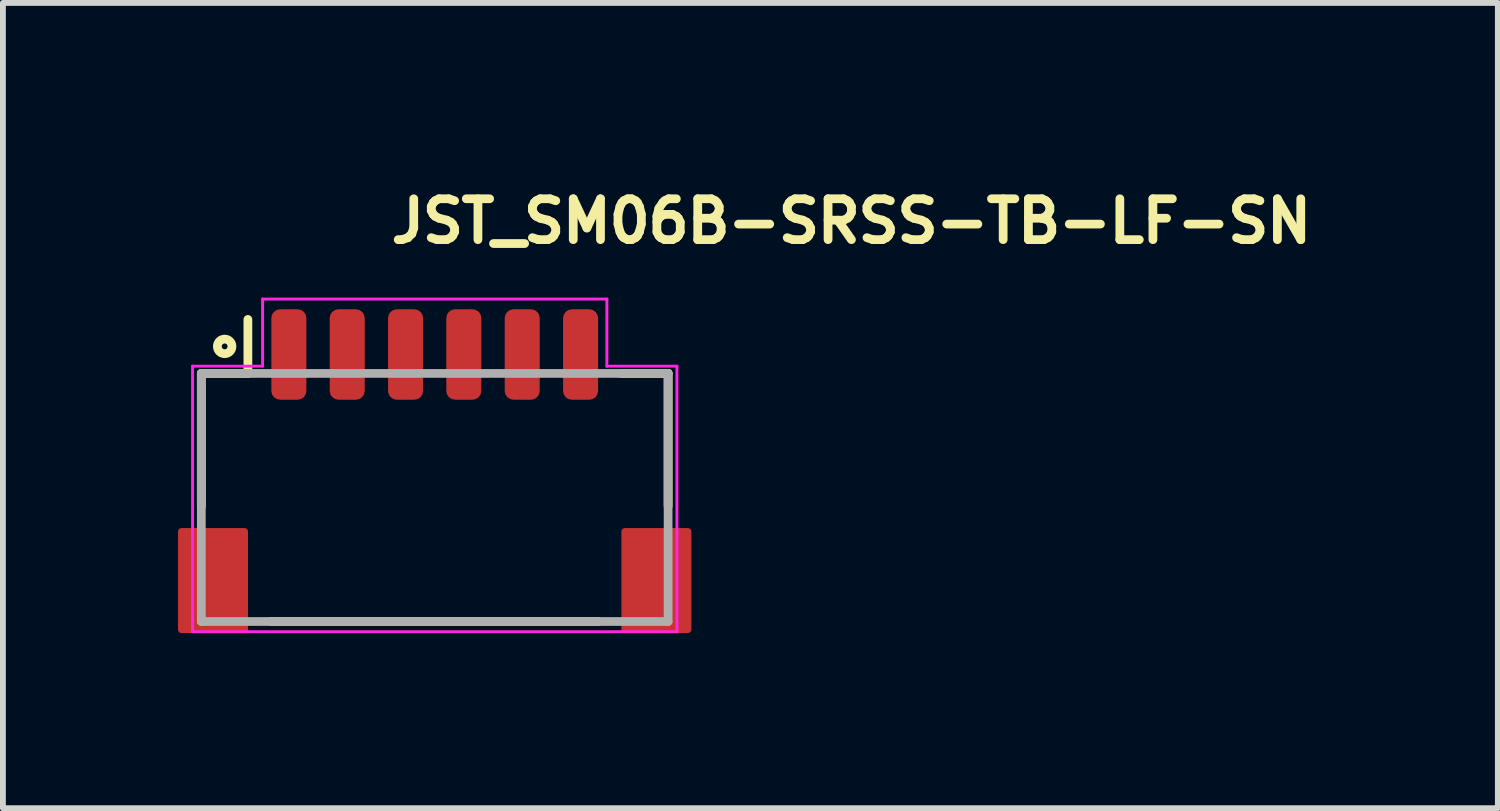
<source format=kicad_pcb>
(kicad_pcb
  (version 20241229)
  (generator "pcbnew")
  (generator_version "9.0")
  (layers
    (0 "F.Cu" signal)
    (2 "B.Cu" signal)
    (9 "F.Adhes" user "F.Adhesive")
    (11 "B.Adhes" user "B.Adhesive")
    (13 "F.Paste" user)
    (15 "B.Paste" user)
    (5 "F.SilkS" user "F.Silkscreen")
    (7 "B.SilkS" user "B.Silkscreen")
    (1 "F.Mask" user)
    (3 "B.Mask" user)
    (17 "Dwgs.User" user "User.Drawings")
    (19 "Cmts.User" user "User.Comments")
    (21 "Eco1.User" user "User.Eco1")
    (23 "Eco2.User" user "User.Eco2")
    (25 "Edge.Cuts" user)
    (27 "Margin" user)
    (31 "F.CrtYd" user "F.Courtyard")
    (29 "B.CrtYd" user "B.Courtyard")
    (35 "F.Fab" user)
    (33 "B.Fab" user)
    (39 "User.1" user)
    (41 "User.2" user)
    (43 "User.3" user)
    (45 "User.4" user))
  (footprint "JST_SM06B-SRSS-TB-LF-SN"
    (layer "F.Cu")
    (at 4.4 5.025)
    (property "Reference" "JST_SM06B-SRSS-TB-LF-SN" (at -0.825 -3.875 0) (layer "F.SilkS") (effects (font (size 0.7 0.7) (thickness 0.15)) (justify left bottom)))
    (attr smd)
    (fp_line (start -4 -1.676) (end -4 0.598) (stroke (width 0.15) (type solid)) (layer "F.SilkS"))
    (fp_line (start -3.202 -1.676) (end -4 -1.676) (stroke (width 0.15) (type solid)) (layer "F.SilkS"))
    (fp_line (start -3.202 -1.676) (end -3.202 -2.601) (stroke (width 0.15) (type solid)) (layer "F.SilkS"))
    (fp_line (start -2.8 2.575) (end 2.798 2.575) (stroke (width 0.15) (type solid)) (layer "F.SilkS"))
    (fp_line (start 3.2 -1.676) (end 3.999 -1.676) (stroke (width 0.15) (type solid)) (layer "F.SilkS"))
    (fp_line (start 3.999 -1.676) (end 3.999 0.598) (stroke (width 0.15) (type solid)) (layer "F.SilkS"))
    (fp_circle (center -3.6 -2.139) (end -3.55 -2.139) (stroke (width 0.15) (type solid)) (fill no) (layer "F.SilkS"))
    (fp_line (start -4.15 -1.8) (end -2.95 -1.8) (stroke (width 0.05) (type solid)) (layer "F.CrtYd"))
    (fp_line (start -4.15 2.75) (end -4.15 -1.8) (stroke (width 0.05) (type solid)) (layer "F.CrtYd"))
    (fp_line (start -2.95 -2.95) (end 2.95 -2.95) (stroke (width 0.05) (type solid)) (layer "F.CrtYd"))
    (fp_line (start -2.95 -1.8) (end -2.95 -2.95) (stroke (width 0.05) (type solid)) (layer "F.CrtYd"))
    (fp_line (start 2.95 -1.8) (end 2.95 -2.95) (stroke (width 0.05) (type solid)) (layer "F.CrtYd"))
    (fp_line (start 2.95 -1.8) (end 4.15 -1.8) (stroke (width 0.05) (type solid)) (layer "F.CrtYd"))
    (fp_line (start 4.15 -1.8) (end 4.15 2.75) (stroke (width 0.05) (type solid)) (layer "F.CrtYd"))
    (fp_line (start 4.15 2.75) (end -4.15 2.75) (stroke (width 0.05) (type solid)) (layer "F.CrtYd"))
    (fp_line (start -4 -1.676) (end 3.999 -1.676) (stroke (width 0.15) (type solid)) (layer "F.Fab"))
    (fp_line (start -4 2.575) (end -4 -1.676) (stroke (width 0.15) (type solid)) (layer "F.Fab"))
    (fp_line (start 3.999 -1.676) (end 3.999 2.575) (stroke (width 0.15) (type solid)) (layer "F.Fab"))
    (fp_line (start 3.999 2.575) (end -4 2.575) (stroke (width 0.15) (type solid)) (layer "F.Fab"))
    (fp_line (start -4 -1.65) (end -4 -1.05) (stroke (width 0.01) (type solid)) (layer "User.9"))
    (fp_line (start -4 -1.05) (end -4 -1) (stroke (width 0.01) (type solid)) (layer "User.9"))
    (fp_line (start -4 -1) (end -4 -0.4) (stroke (width 0.01) (type solid)) (layer "User.9"))
    (fp_line (start -4 -0.2) (end -4 -0.4) (stroke (width 0.01) (type solid)) (layer "User.9"))
    (fp_line (start -4 -0.2) (end -3.9 -0.15) (stroke (width 0.01) (type solid)) (layer "User.9"))
    (fp_line (start -4 2.6) (end -4 -0.2) (stroke (width 0.01) (type solid)) (layer "User.9"))
    (fp_line (start -3.9 -0.15) (end -3.9 2.6) (stroke (width 0.01) (type solid)) (layer "User.9"))
    (fp_line (start -3.9 2.6) (end -4 2.6) (stroke (width 0.01) (type solid)) (layer "User.9"))
    (fp_line (start -3.7 -1.05) (end -4 -1.05) (stroke (width 0.01) (type solid)) (layer "User.9"))
    (fp_line (start -3.7 -1) (end -4 -1) (stroke (width 0.01) (type solid)) (layer "User.9"))
    (fp_line (start -3.7 -1) (end -3.7 -1.05) (stroke (width 0.01) (type solid)) (layer "User.9"))
    (fp_line (start -3.7 -0.4) (end -4 -0.4) (stroke (width 0.01) (type solid)) (layer "User.9"))
    (fp_line (start -3.7 -0.4) (end -3.7 -1) (stroke (width 0.01) (type solid)) (layer "User.9"))
    (fp_line (start -3.7 -0.4) (end -3.7 -0.15) (stroke (width 0.01) (type solid)) (layer "User.9"))
    (fp_line (start -3.7 -0.15) (end -3.9 -0.15) (stroke (width 0.01) (type solid)) (layer "User.9"))
    (fp_line (start -3.5 -1.65) (end -4 -1.65) (stroke (width 0.01) (type solid)) (layer "User.9"))
    (fp_line (start -3.5 -1.65) (end -3.5 -1.05) (stroke (width 0.01) (type solid)) (layer "User.9"))
    (fp_line (start -3.5 -1.65) (end -2.725 -1.65) (stroke (width 0.01) (type solid)) (layer "User.9"))
    (fp_line (start -3.5 -1.05) (end -3.45 -1.05) (stroke (width 0.01) (type solid)) (layer "User.9"))
    (fp_line (start -3.5 -0.15) (end -3.5 -1.05) (stroke (width 0.01) (type solid)) (layer "User.9"))
    (fp_line (start -3.45 -1.05) (end -3.45 -0.15) (stroke (width 0.01) (type solid)) (layer "User.9"))
    (fp_line (start -3.45 -0.15) (end -3.7 -0.15) (stroke (width 0.01) (type solid)) (layer "User.9"))
    (fp_line (start -2.575 -2.35) (end -2.575 -2.3) (stroke (width 0.01) (type solid)) (layer "User.9"))
    (fp_line (start -2.575 -2.35) (end -2.425 -2.35) (stroke (width 0.01) (type solid)) (layer "User.9"))
    (fp_line (start -2.575 -2.3) (end -2.575 -1.874) (stroke (width 0.01) (type solid)) (layer "User.9"))
    (fp_line (start -2.575 -1.874) (end -2.575 -1.5) (stroke (width 0.01) (type solid)) (layer "User.9"))
    (fp_line (start -2.575 -1.874) (end -2.425 -1.874) (stroke (width 0.01) (type solid)) (layer "User.9"))
    (fp_line (start -2.575 -1.5) (end -2.725 -1.65) (stroke (width 0.01) (type solid)) (layer "User.9"))
    (fp_line (start -2.575 -1.5) (end -2.575 -1.05) (stroke (width 0.01) (type solid)) (layer "User.9"))
    (fp_line (start -2.575 -1.05) (end -2.575 -1.5) (stroke (width 0.01) (type solid)) (layer "User.9"))
    (fp_line (start -2.425 -2.35) (end -2.425 -2.3) (stroke (width 0.01) (type solid)) (layer "User.9"))
    (fp_line (start -2.425 -2.3) (end -2.425 -1.874) (stroke (width 0.01) (type solid)) (layer "User.9"))
    (fp_line (start -2.425 -1.874) (end -2.425 -1.5) (stroke (width 0.01) (type solid)) (layer "User.9"))
    (fp_line (start -2.425 -1.5) (end -2.575 -1.5) (stroke (width 0.01) (type solid)) (layer "User.9"))
    (fp_line (start -2.425 -1.5) (end -2.425 -1.05) (stroke (width 0.01) (type solid)) (layer "User.9"))
    (fp_line (start -2.425 -1.05) (end -2.425 -1.5) (stroke (width 0.01) (type solid)) (layer "User.9"))
    (fp_line (start -2.275 -1.65) (end -2.425 -1.5) (stroke (width 0.01) (type solid)) (layer "User.9"))
    (fp_line (start -2.275 -1.65) (end -1.725 -1.65) (stroke (width 0.01) (type solid)) (layer "User.9"))
    (fp_line (start -1.575 -2.35) (end -1.575 -2.3) (stroke (width 0.01) (type solid)) (layer "User.9"))
    (fp_line (start -1.575 -2.35) (end -1.425 -2.35) (stroke (width 0.01) (type solid)) (layer "User.9"))
    (fp_line (start -1.575 -2.3) (end -1.575 -1.874) (stroke (width 0.01) (type solid)) (layer "User.9"))
    (fp_line (start -1.575 -1.874) (end -1.575 -1.5) (stroke (width 0.01) (type solid)) (layer "User.9"))
    (fp_line (start -1.575 -1.874) (end -1.425 -1.874) (stroke (width 0.01) (type solid)) (layer "User.9"))
    (fp_line (start -1.575 -1.5) (end -1.725 -1.65) (stroke (width 0.01) (type solid)) (layer "User.9"))
    (fp_line (start -1.575 -1.5) (end -1.575 -1.05) (stroke (width 0.01) (type solid)) (layer "User.9"))
    (fp_line (start -1.575 -1.05) (end -1.575 -1.5) (stroke (width 0.01) (type solid)) (layer "User.9"))
    (fp_line (start -1.425 -2.35) (end -1.425 -2.3) (stroke (width 0.01) (type solid)) (layer "User.9"))
    (fp_line (start -1.425 -2.3) (end -1.425 -1.874) (stroke (width 0.01) (type solid)) (layer "User.9"))
    (fp_line (start -1.425 -1.874) (end -1.425 -1.5) (stroke (width 0.01) (type solid)) (layer "User.9"))
    (fp_line (start -1.425 -1.5) (end -1.575 -1.5) (stroke (width 0.01) (type solid)) (layer "User.9"))
    (fp_line (start -1.425 -1.5) (end -1.425 -1.05) (stroke (width 0.01) (type solid)) (layer "User.9"))
    (fp_line (start -1.425 -1.05) (end -1.425 -1.5) (stroke (width 0.01) (type solid)) (layer "User.9"))
    (fp_line (start -1.275 -1.65) (end -1.425 -1.5) (stroke (width 0.01) (type solid)) (layer "User.9"))
    (fp_line (start -1.275 -1.65) (end -0.725 -1.65) (stroke (width 0.01) (type solid)) (layer "User.9"))
    (fp_line (start -0.725 -1.65) (end -0.575 -1.5) (stroke (width 0.01) (type solid)) (layer "User.9"))
    (fp_line (start -0.575 -2.35) (end -0.575 -2.3) (stroke (width 0.01) (type solid)) (layer "User.9"))
    (fp_line (start -0.575 -2.35) (end -0.425 -2.35) (stroke (width 0.01) (type solid)) (layer "User.9"))
    (fp_line (start -0.575 -2.3) (end -0.575 -1.874) (stroke (width 0.01) (type solid)) (layer "User.9"))
    (fp_line (start -0.575 -1.874) (end -0.575 -1.5) (stroke (width 0.01) (type solid)) (layer "User.9"))
    (fp_line (start -0.575 -1.874) (end -0.425 -1.874) (stroke (width 0.01) (type solid)) (layer "User.9"))
    (fp_line (start -0.575 -1.5) (end -0.575 -1.05) (stroke (width 0.01) (type solid)) (layer "User.9"))
    (fp_line (start -0.575 -1.5) (end -0.575 -1.05) (stroke (width 0.01) (type solid)) (layer "User.9"))
    (fp_line (start -0.425 -2.35) (end -0.425 -2.3) (stroke (width 0.01) (type solid)) (layer "User.9"))
    (fp_line (start -0.425 -2.3) (end -0.425 -1.874) (stroke (width 0.01) (type solid)) (layer "User.9"))
    (fp_line (start -0.425 -1.874) (end -0.425 -1.5) (stroke (width 0.01) (type solid)) (layer "User.9"))
    (fp_line (start -0.425 -1.5) (end -0.575 -1.5) (stroke (width 0.01) (type solid)) (layer "User.9"))
    (fp_line (start -0.425 -1.5) (end -0.275 -1.65) (stroke (width 0.01) (type solid)) (layer "User.9"))
    (fp_line (start -0.425 -1.05) (end -0.425 -1.5) (stroke (width 0.01) (type solid)) (layer "User.9"))
    (fp_line (start -0.425 -1.05) (end -0.425 -1.5) (stroke (width 0.01) (type solid)) (layer "User.9"))
    (fp_line (start -0.275 -1.65) (end 0.275 -1.65) (stroke (width 0.01) (type solid)) (layer "User.9"))
    (fp_line (start 0.275 -1.65) (end 0.425 -1.5) (stroke (width 0.01) (type solid)) (layer "User.9"))
    (fp_line (start 0.425 -2.35) (end 0.425 -2.3) (stroke (width 0.01) (type solid)) (layer "User.9"))
    (fp_line (start 0.425 -2.35) (end 0.575 -2.35) (stroke (width 0.01) (type solid)) (layer "User.9"))
    (fp_line (start 0.425 -2.3) (end 0.425 -1.874) (stroke (width 0.01) (type solid)) (layer "User.9"))
    (fp_line (start 0.425 -1.874) (end 0.425 -1.5) (stroke (width 0.01) (type solid)) (layer "User.9"))
    (fp_line (start 0.425 -1.874) (end 0.575 -1.874) (stroke (width 0.01) (type solid)) (layer "User.9"))
    (fp_line (start 0.425 -1.5) (end 0.425 -1.05) (stroke (width 0.01) (type solid)) (layer "User.9"))
    (fp_line (start 0.425 -1.5) (end 0.425 -1.05) (stroke (width 0.01) (type solid)) (layer "User.9"))
    (fp_line (start 0.575 -2.35) (end 0.575 -2.3) (stroke (width 0.01) (type solid)) (layer "User.9"))
    (fp_line (start 0.575 -2.3) (end 0.575 -1.874) (stroke (width 0.01) (type solid)) (layer "User.9"))
    (fp_line (start 0.575 -1.874) (end 0.575 -1.5) (stroke (width 0.01) (type solid)) (layer "User.9"))
    (fp_line (start 0.575 -1.5) (end 0.425 -1.5) (stroke (width 0.01) (type solid)) (layer "User.9"))
    (fp_line (start 0.575 -1.5) (end 0.725 -1.65) (stroke (width 0.01) (type solid)) (layer "User.9"))
    (fp_line (start 0.575 -1.05) (end 0.575 -1.5) (stroke (width 0.01) (type solid)) (layer "User.9"))
    (fp_line (start 0.575 -1.05) (end 0.575 -1.5) (stroke (width 0.01) (type solid)) (layer "User.9"))
    (fp_line (start 0.725 -1.65) (end 1.275 -1.65) (stroke (width 0.01) (type solid)) (layer "User.9"))
    (fp_line (start 1.425 -2.35) (end 1.425 -2.3) (stroke (width 0.01) (type solid)) (layer "User.9"))
    (fp_line (start 1.425 -2.35) (end 1.575 -2.35) (stroke (width 0.01) (type solid)) (layer "User.9"))
    (fp_line (start 1.425 -2.3) (end 1.425 -1.874) (stroke (width 0.01) (type solid)) (layer "User.9"))
    (fp_line (start 1.425 -1.874) (end 1.425 -1.5) (stroke (width 0.01) (type solid)) (layer "User.9"))
    (fp_line (start 1.425 -1.874) (end 1.575 -1.874) (stroke (width 0.01) (type solid)) (layer "User.9"))
    (fp_line (start 1.425 -1.5) (end 1.275 -1.65) (stroke (width 0.01) (type solid)) (layer "User.9"))
    (fp_line (start 1.425 -1.5) (end 1.425 -1.05) (stroke (width 0.01) (type solid)) (layer "User.9"))
    (fp_line (start 1.425 -1.05) (end 1.425 -1.5) (stroke (width 0.01) (type solid)) (layer "User.9"))
    (fp_line (start 1.575 -2.35) (end 1.575 -2.3) (stroke (width 0.01) (type solid)) (layer "User.9"))
    (fp_line (start 1.575 -2.3) (end 1.575 -1.874) (stroke (width 0.01) (type solid)) (layer "User.9"))
    (fp_line (start 1.575 -1.874) (end 1.575 -1.5) (stroke (width 0.01) (type solid)) (layer "User.9"))
    (fp_line (start 1.575 -1.5) (end 1.425 -1.5) (stroke (width 0.01) (type solid)) (layer "User.9"))
    (fp_line (start 1.575 -1.5) (end 1.575 -1.05) (stroke (width 0.01) (type solid)) (layer "User.9"))
    (fp_line (start 1.575 -1.05) (end 1.575 -1.5) (stroke (width 0.01) (type solid)) (layer "User.9"))
    (fp_line (start 1.725 -1.65) (end 1.575 -1.5) (stroke (width 0.01) (type solid)) (layer "User.9"))
    (fp_line (start 1.725 -1.65) (end 2.275 -1.65) (stroke (width 0.01) (type solid)) (layer "User.9"))
    (fp_line (start 2.425 -2.35) (end 2.425 -2.3) (stroke (width 0.01) (type solid)) (layer "User.9"))
    (fp_line (start 2.425 -2.35) (end 2.575 -2.35) (stroke (width 0.01) (type solid)) (layer "User.9"))
    (fp_line (start 2.425 -2.3) (end 2.425 -1.874) (stroke (width 0.01) (type solid)) (layer "User.9"))
    (fp_line (start 2.425 -1.874) (end 2.425 -1.5) (stroke (width 0.01) (type solid)) (layer "User.9"))
    (fp_line (start 2.425 -1.874) (end 2.575 -1.874) (stroke (width 0.01) (type solid)) (layer "User.9"))
    (fp_line (start 2.425 -1.5) (end 2.275 -1.65) (stroke (width 0.01) (type solid)) (layer "User.9"))
    (fp_line (start 2.425 -1.5) (end 2.425 -1.05) (stroke (width 0.01) (type solid)) (layer "User.9"))
    (fp_line (start 2.425 -1.05) (end 2.425 -1.5) (stroke (width 0.01) (type solid)) (layer "User.9"))
    (fp_line (start 2.575 -2.35) (end 2.575 -2.3) (stroke (width 0.01) (type solid)) (layer "User.9"))
    (fp_line (start 2.575 -2.3) (end 2.575 -1.874) (stroke (width 0.01) (type solid)) (layer "User.9"))
    (fp_line (start 2.575 -1.874) (end 2.575 -1.5) (stroke (width 0.01) (type solid)) (layer "User.9"))
    (fp_line (start 2.575 -1.5) (end 2.425 -1.5) (stroke (width 0.01) (type solid)) (layer "User.9"))
    (fp_line (start 2.575 -1.5) (end 2.575 -1.05) (stroke (width 0.01) (type solid)) (layer "User.9"))
    (fp_line (start 2.575 -1.05) (end 2.575 -1.5) (stroke (width 0.01) (type solid)) (layer "User.9"))
    (fp_line (start 2.725 -1.65) (end 2.575 -1.5) (stroke (width 0.01) (type solid)) (layer "User.9"))
    (fp_line (start 2.725 -1.65) (end 3.5 -1.65) (stroke (width 0.01) (type solid)) (layer "User.9"))
    (fp_line (start 3.45 -1.05) (end -3.45 -1.05) (stroke (width 0.01) (type solid)) (layer "User.9"))
    (fp_line (start 3.45 -1.05) (end 3.5 -1.05) (stroke (width 0.01) (type solid)) (layer "User.9"))
    (fp_line (start 3.45 -0.15) (end 3.45 -1.05) (stroke (width 0.01) (type solid)) (layer "User.9"))
    (fp_line (start 3.45 -0.15) (end 3.7 -0.15) (stroke (width 0.01) (type solid)) (layer "User.9"))
    (fp_line (start 3.5 -1.65) (end 4 -1.65) (stroke (width 0.01) (type solid)) (layer "User.9"))
    (fp_line (start 3.5 -1.05) (end 3.5 -1.65) (stroke (width 0.01) (type solid)) (layer "User.9"))
    (fp_line (start 3.5 -1.05) (end 3.5 -0.15) (stroke (width 0.01) (type solid)) (layer "User.9"))
    (fp_line (start 3.7 -1.05) (end 4 -1.05) (stroke (width 0.01) (type solid)) (layer "User.9"))
    (fp_line (start 3.7 -1) (end 3.7 -1.05) (stroke (width 0.01) (type solid)) (layer "User.9"))
    (fp_line (start 3.7 -1) (end 4 -1) (stroke (width 0.01) (type solid)) (layer "User.9"))
    (fp_line (start 3.7 -0.4) (end 3.7 -1) (stroke (width 0.01) (type solid)) (layer "User.9"))
    (fp_line (start 3.7 -0.4) (end 3.7 -0.15) (stroke (width 0.01) (type solid)) (layer "User.9"))
    (fp_line (start 3.7 -0.4) (end 4 -0.4) (stroke (width 0.01) (type solid)) (layer "User.9"))
    (fp_line (start 3.7 -0.15) (end 3.9 -0.15) (stroke (width 0.01) (type solid)) (layer "User.9"))
    (fp_line (start 3.9 -0.15) (end 4 -0.2) (stroke (width 0.01) (type solid)) (layer "User.9"))
    (fp_line (start 3.9 2.6) (end -3.9 2.6) (stroke (width 0.01) (type solid)) (layer "User.9"))
    (fp_line (start 3.9 2.6) (end 3.9 -0.15) (stroke (width 0.01) (type solid)) (layer "User.9"))
    (fp_line (start 4 -1.65) (end 4 -1.05) (stroke (width 0.01) (type solid)) (layer "User.9"))
    (fp_line (start 4 -1.05) (end 4 -1) (stroke (width 0.01) (type solid)) (layer "User.9"))
    (fp_line (start 4 -1) (end 4 -0.4) (stroke (width 0.01) (type solid)) (layer "User.9"))
    (fp_line (start 4 -0.2) (end 4 -0.4) (stroke (width 0.01) (type solid)) (layer "User.9"))
    (fp_line (start 4 -0.2) (end 4 2.6) (stroke (width 0.01) (type solid)) (layer "User.9"))
    (fp_line (start 4 2.6) (end 3.9 2.6) (stroke (width 0.01) (type solid)) (layer "User.9"))
    (pad "1" smd roundrect (at -2.5 -2 180) (size 0.6 1.55) (layers "F.Cu" "F.Mask" "F.Paste") (roundrect_rratio 0.25))
    (pad "2" smd roundrect (at -1.5 -2 180) (size 0.6 1.55) (layers "F.Cu" "F.Mask" "F.Paste") (roundrect_rratio 0.25))
    (pad "3" smd roundrect (at -0.5 -2 180) (size 0.6 1.55) (layers "F.Cu" "F.Mask" "F.Paste") (roundrect_rratio 0.25))
    (pad "4" smd roundrect (at 0.498 -2 180) (size 0.6 1.55) (layers "F.Cu" "F.Mask" "F.Paste") (roundrect_rratio 0.25))
    (pad "5" smd roundrect (at 1.499 -2 180) (size 0.6 1.55) (layers "F.Cu" "F.Mask" "F.Paste") (roundrect_rratio 0.25))
    (pad "6" smd roundrect (at 2.499 -2 180) (size 0.6 1.55) (layers "F.Cu" "F.Mask" "F.Paste") (roundrect_rratio 0.25))
    (pad "S1" smd roundrect (at -3.8 1.874) (size 1.2 1.8) (layers "F.Cu" "F.Mask" "F.Paste") (roundrect_rratio 0.05))
    (pad "S2" smd roundrect (at 3.798 1.874) (size 1.2 1.8) (layers "F.Cu" "F.Mask" "F.Paste") (roundrect_rratio 0.05)))
  (gr_rect
    (start -3 -3)
    (end 22.618 10.8)
    (stroke (width 0.1) (type default))
    (fill no)
    (layer "Edge.Cuts")))
</source>
